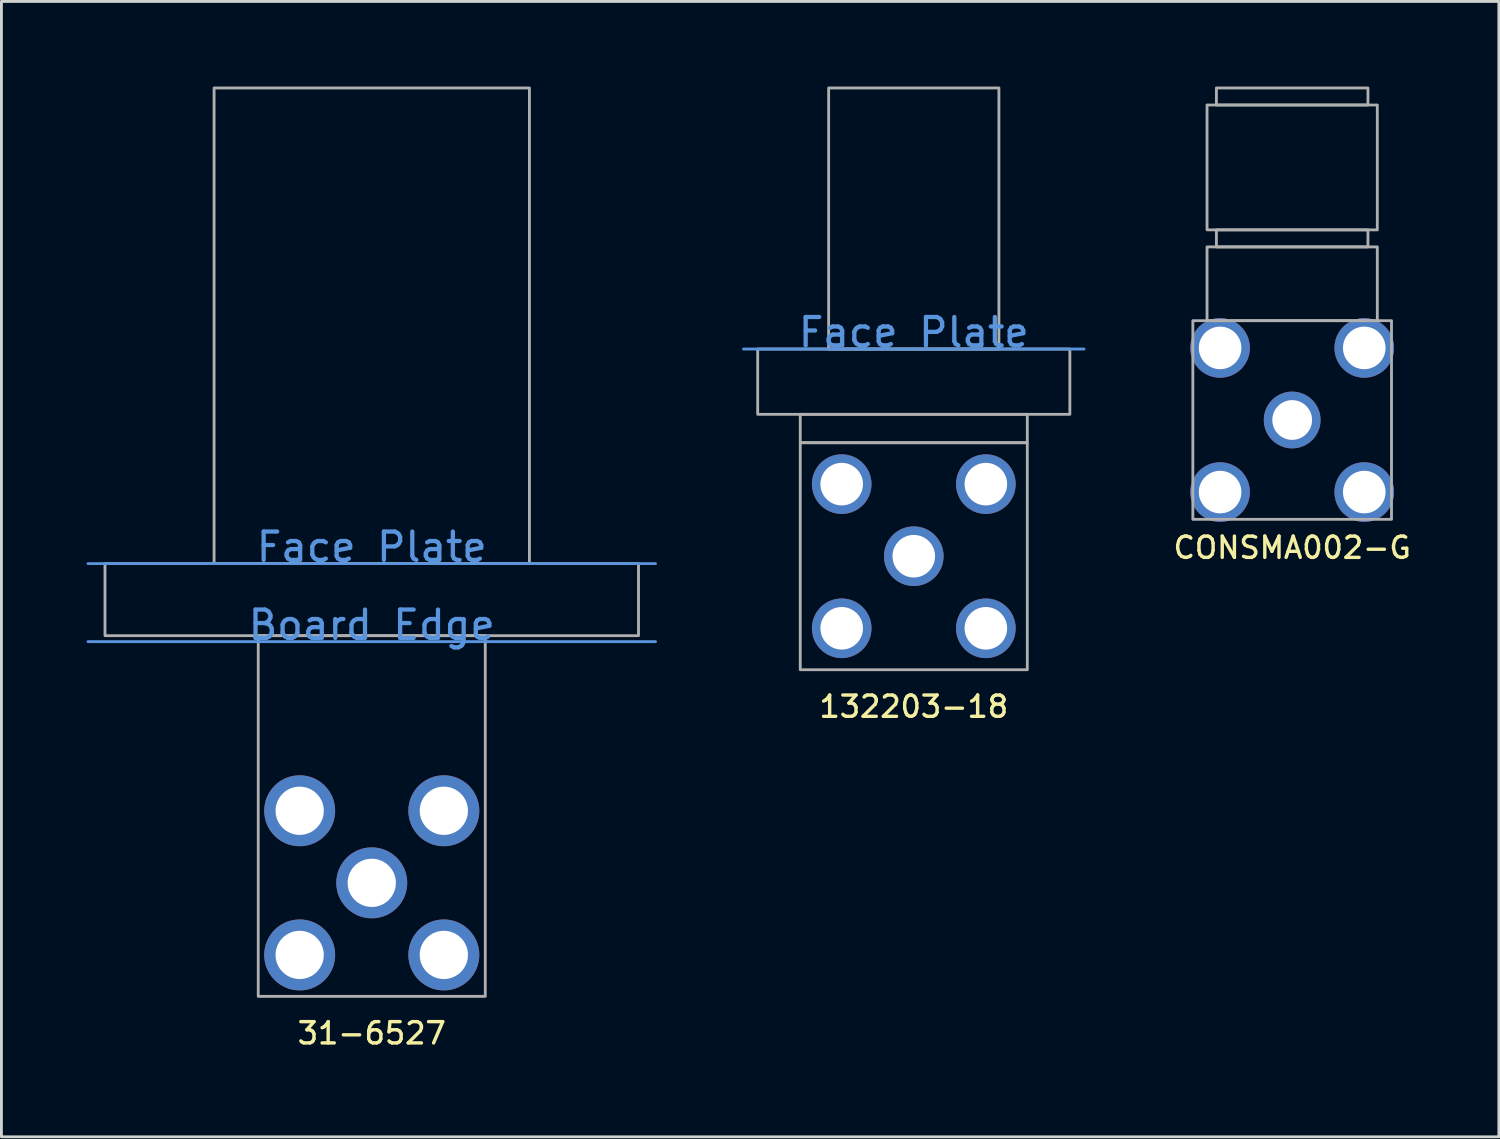
<source format=kicad_pcb>
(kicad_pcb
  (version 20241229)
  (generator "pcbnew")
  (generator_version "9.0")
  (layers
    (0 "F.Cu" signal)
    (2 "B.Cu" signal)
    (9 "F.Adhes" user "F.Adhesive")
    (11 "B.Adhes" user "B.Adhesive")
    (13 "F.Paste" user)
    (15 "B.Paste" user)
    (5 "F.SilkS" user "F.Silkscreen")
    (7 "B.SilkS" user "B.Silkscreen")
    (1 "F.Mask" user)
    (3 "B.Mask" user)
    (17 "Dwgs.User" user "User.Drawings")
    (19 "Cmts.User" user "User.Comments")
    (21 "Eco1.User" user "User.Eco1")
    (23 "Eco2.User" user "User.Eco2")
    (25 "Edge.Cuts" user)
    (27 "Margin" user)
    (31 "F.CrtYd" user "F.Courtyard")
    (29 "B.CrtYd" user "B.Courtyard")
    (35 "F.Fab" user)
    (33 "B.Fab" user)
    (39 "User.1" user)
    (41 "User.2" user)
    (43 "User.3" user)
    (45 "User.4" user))
  (footprint "132203-18"
    (layer "F.Cu")
    (at 29.15 16.55)
    (property "Reference" "132203-18" (at 0 5.3 0) (unlocked yes) (layer "F.SilkS") (effects (font (size 0.75 0.75) (thickness 0.12))))
    (attr through_hole)
    (fp_line (start -6 -7.3) (end 6 -7.3) (stroke (width 0.1) (type default)) (layer "Cmts.User"))
    (fp_rect (start -5.5 -7.3) (end 5.5 -5) (stroke (width 0.1) (type default)) (fill no) (layer "F.Fab"))
    (fp_rect (start -4 -5) (end 4 -4) (stroke (width 0.1) (type default)) (fill no) (layer "F.Fab"))
    (fp_rect (start -4 -4) (end 4 4) (stroke (width 0.1) (type default)) (fill no) (layer "F.Fab"))
    (fp_rect (start -3 -16.5) (end 3 -7.3) (stroke (width 0.1) (type default)) (fill no) (layer "F.Fab"))
    (fp_text user "Face Plate" (at 0 -7.3 0) (unlocked yes) (layer "Cmts.User") (effects (font (size 1 1) (thickness 0.15)) (justify bottom)))
    (pad "1" thru_hole circle (at 0 0) (size 2.1 2.1) (drill 1.5) (layers "*.Cu" "*.Mask"))
    (pad "2" thru_hole circle (at -2.54 -2.54) (size 2.1 2.1) (drill 1.5) (layers "*.Cu" "*.Mask"))
    (pad "3" thru_hole circle (at -2.54 2.54) (size 2.1 2.1) (drill 1.5) (layers "*.Cu" "*.Mask"))
    (pad "4" thru_hole circle (at 2.54 2.54) (size 2.1 2.1) (drill 1.5) (layers "*.Cu" "*.Mask"))
    (pad "5" thru_hole circle (at 2.54 -2.54) (size 2.1 2.1) (drill 1.5) (layers "*.Cu" "*.Mask")))
  (footprint "31-6527"
    (layer "F.Cu")
    (at 10.05 28.06)
    (property "Reference" "31-6527" (at 0 5.3 0) (unlocked yes) (layer "F.SilkS") (effects (font (size 0.75 0.75) (thickness 0.12))))
    (attr through_hole)
    (fp_line (start -10 -11.25) (end 10 -11.25) (stroke (width 0.1) (type default)) (layer "Cmts.User"))
    (fp_line (start -10 -8.5) (end 10 -8.5) (stroke (width 0.1) (type default)) (layer "Cmts.User"))
    (fp_rect (start -9.4 -11.25) (end 9.4 -8.71) (stroke (width 0.1) (type default)) (fill no) (layer "F.Fab"))
    (fp_rect (start -5.556 -28.01) (end 5.556 -11.25) (stroke (width 0.1) (type default)) (fill no) (layer "F.Fab"))
    (fp_rect (start -4 -8.71) (end 4 4) (stroke (width 0.1) (type default)) (fill no) (layer "F.Fab"))
    (fp_text user "Face Plate" (at 0 -11.25 0) (unlocked yes) (layer "Cmts.User") (effects (font (size 1 1) (thickness 0.15)) (justify bottom)))
    (fp_text user "Board Edge" (at 0 -8.5 0) (unlocked yes) (layer "Cmts.User") (effects (font (size 1 1) (thickness 0.15)) (justify bottom)))
    (pad "1" thru_hole circle (at 0 0) (size 2.5 2.5) (drill 1.7) (layers "*.Cu" "*.Mask"))
    (pad "2" thru_hole circle (at -2.54 -2.54) (size 2.5 2.5) (drill 1.7) (layers "*.Cu" "*.Mask"))
    (pad "3" thru_hole circle (at -2.54 2.54) (size 2.5 2.5) (drill 1.7) (layers "*.Cu" "*.Mask"))
    (pad "4" thru_hole circle (at 2.54 2.54) (size 2.5 2.5) (drill 1.7) (layers "*.Cu" "*.Mask"))
    (pad "5" thru_hole circle (at 2.54 -2.54) (size 2.5 2.5) (drill 1.7) (layers "*.Cu" "*.Mask")))
  (footprint "CONSMA002-G"
    (layer "F.Cu")
    (at 42.484 11.75)
    (property "Reference" "CONSMA002-G" (at 0 4.5 0) (unlocked yes) (layer "F.SilkS") (effects (font (size 0.75 0.75) (thickness 0.12))))
    (attr smd)
    (fp_rect (start -3.5 -3.5) (end 3.5 3.5) (stroke (width 0.1) (type solid)) (fill no) (layer "F.Fab"))
    (fp_rect (start -3 -11.1) (end 3 -6.7) (stroke (width 0.1) (type default)) (fill no) (layer "F.Fab"))
    (fp_rect (start -3 -6.1) (end 3 -3.5) (stroke (width 0.1) (type default)) (fill no) (layer "F.Fab"))
    (fp_rect (start -2.67 -11.7) (end 2.67 -11.1) (stroke (width 0.1) (type solid)) (fill no) (layer "F.Fab"))
    (fp_rect (start -2.67 -6.7) (end 2.67 -6.1) (stroke (width 0.1) (type solid)) (fill no) (layer "F.Fab"))
    (pad "1" thru_hole circle (at 0 0) (size 2 2) (drill 1.4) (layers "*.Cu" "*.Mask"))
    (pad "2" thru_hole circle (at -2.54 -2.54) (size 2.1 2.1) (drill 1.5) (layers "*.Cu" "*.Mask"))
    (pad "3" thru_hole circle (at 2.54 -2.54) (size 2.1 2.1) (drill 1.5) (layers "*.Cu" "*.Mask"))
    (pad "4" thru_hole circle (at 2.54 2.54) (size 2.1 2.1) (drill 1.5) (layers "*.Cu" "*.Mask"))
    (pad "5" thru_hole circle (at -2.54 2.54) (size 2.1 2.1) (drill 1.5) (layers "*.Cu" "*.Mask")))
  (gr_rect
    (start -3 -3)
    (end 49.767 37.009)
    (stroke (width 0.1) (type default))
    (fill no)
    (layer "Edge.Cuts")))
</source>
